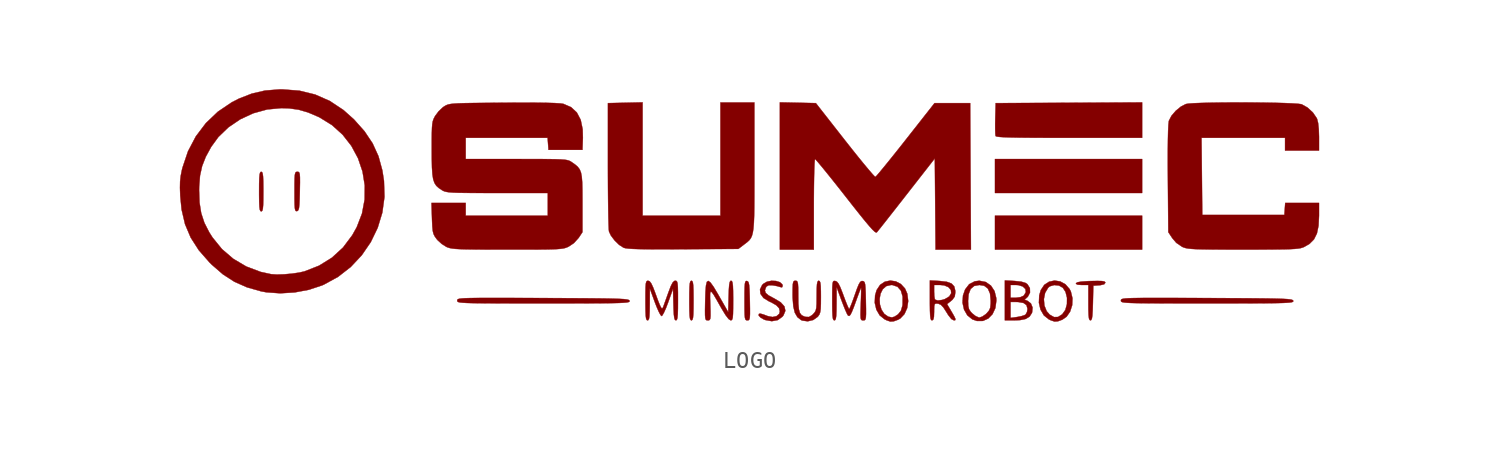
<source format=kicad_sym>
(kicad_symbol_lib
  (version 20220914)
  (generator bitmap2component)
  (symbol "LOGO"
    (pin_names
      (offset 1.016))
    (property "Reference" "#G"
      (at 0 10.626 0)
      (effects (font (size 1.27 1.27)) hide))
    (symbol "LOGO_0_0"
      (polyline (pts (xy 3.089 -5.995) (xy 3.365 -5.798) (xy 3.433 -5.713) (xy 3.546 -5.439) (xy 3.49 -5.178) (xy 3.267 -4.931) (xy 2.874 -4.697) (xy 2.857 -4.689) (xy 2.542 -4.519) (xy 2.369 -4.372) (xy 2.321 -4.224) (xy 2.378 -4.05) (xy 2.424 -3.981) (xy 2.553 -3.91) (xy 2.78 -3.915) (xy 2.806 -3.918) (xy 3.055 -3.963) (xy 3.239 -4.017) (xy 3.344 -4.039) (xy 3.387 -3.949) (xy 3.362 -3.855) (xy 3.219 -3.727) (xy 2.986 -3.655) (xy 2.712 -3.644) (xy 2.444 -3.699) (xy 2.228 -3.825) (xy 2.155 -3.902) (xy 2.028 -4.164) (xy 2.058 -4.428) (xy 2.236 -4.671) (xy 2.556 -4.869) (xy 2.721 -4.944) (xy 3.012 -5.114) (xy 3.17 -5.284) (xy 3.217 -5.476) (xy 3.179 -5.621) (xy 3.019 -5.76) (xy 2.777 -5.812) (xy 2.498 -5.758) (xy 2.224 -5.655) (xy 2.049 -5.608) (xy 1.968 -5.622) (xy 1.947 -5.696) (xy 1.955 -5.727) (xy 2.065 -5.846) (xy 2.265 -5.96) (xy 2.346 -5.991) (xy 2.736 -6.061) (xy 3.089 -5.995)) (stroke (width 0.01) (type default)) (fill (type outline)))
      (polyline (pts (xy 5.216 -5.988) (xy 5.482 -5.798) (xy 5.506 -5.769) (xy 5.582 -5.659) (xy 5.63 -5.524) (xy 5.658 -5.328) (xy 5.67 -5.035) (xy 5.673 -4.61) (xy 5.671 -4.269) (xy 5.661 -3.955) (xy 5.639 -3.763) (xy 5.601 -3.667) (xy 5.546 -3.641) (xy 5.512 -3.648) (xy 5.465 -3.711) (xy 5.437 -3.861) (xy 5.423 -4.127) (xy 5.419 -4.534) (xy 5.418 -4.657) (xy 5.414 -5.02) (xy 5.398 -5.262) (xy 5.362 -5.421) (xy 5.299 -5.535) (xy 5.203 -5.642) (xy 5.143 -5.699) (xy 4.958 -5.81) (xy 4.758 -5.803) (xy 4.673 -5.779) (xy 4.518 -5.702) (xy 4.416 -5.569) (xy 4.355 -5.353) (xy 4.325 -5.024) (xy 4.318 -4.556) (xy 4.318 -4.405) (xy 4.314 -4.051) (xy 4.3 -3.827) (xy 4.272 -3.704) (xy 4.223 -3.652) (xy 4.149 -3.641) (xy 4.146 -3.641) (xy 4.069 -3.653) (xy 4.02 -3.711) (xy 3.993 -3.845) (xy 3.982 -4.087) (xy 3.979 -4.466) (xy 3.982 -4.66) (xy 4.021 -5.175) (xy 4.113 -5.554) (xy 4.266 -5.819) (xy 4.487 -5.992) (xy 4.558 -6.023) (xy 4.885 -6.068) (xy 5.216 -5.988)) (stroke (width 0.01) (type default)) (fill (type outline)))
      (polyline (pts (xy 10.024 -6.07) (xy 10.284 -5.976) (xy 10.423 -5.899) (xy 10.672 -5.636) (xy 10.834 -5.276) (xy 10.896 -4.858) (xy 10.843 -4.422) (xy 10.706 -4.108) (xy 10.46 -3.84) (xy 10.154 -3.679) (xy 9.822 -3.631) (xy 9.497 -3.699) (xy 9.215 -3.887) (xy 9.008 -4.199) (xy 8.914 -4.519) (xy 8.905 -4.731) (xy 9.184 -4.731) (xy 9.24 -4.416) (xy 9.372 -4.149) (xy 9.582 -3.964) (xy 9.87 -3.895) (xy 9.951 -3.898) (xy 10.254 -4) (xy 10.46 -4.233) (xy 10.563 -4.59) (xy 10.56 -5.061) (xy 10.551 -5.131) (xy 10.463 -5.433) (xy 10.291 -5.649) (xy 10.274 -5.662) (xy 10.081 -5.788) (xy 9.922 -5.836) (xy 9.702 -5.79) (xy 9.463 -5.623) (xy 9.296 -5.368) (xy 9.203 -5.059) (xy 9.184 -4.731) (xy 8.905 -4.731) (xy 8.895 -4.959) (xy 8.991 -5.37) (xy 9.19 -5.713) (xy 9.483 -5.948) (xy 9.609 -6.008) (xy 9.827 -6.082) (xy 10.024 -6.07)) (stroke (width 0.01) (type default)) (fill (type outline)))
      (polyline (pts (xy 15.367 -6.045) (xy 15.685 -5.903) (xy 15.94 -5.641) (xy 16.11 -5.275) (xy 16.171 -4.825) (xy 16.165 -4.681) (xy 16.061 -4.261) (xy 15.845 -3.932) (xy 15.536 -3.717) (xy 15.155 -3.641) (xy 14.879 -3.675) (xy 14.545 -3.847) (xy 14.302 -4.162) (xy 14.174 -4.524) (xy 14.153 -4.844) (xy 14.478 -4.844) (xy 14.511 -4.445) (xy 14.631 -4.133) (xy 14.843 -3.953) (xy 15.155 -3.895) (xy 15.44 -3.941) (xy 15.662 -4.109) (xy 15.791 -4.406) (xy 15.833 -4.844) (xy 15.83 -5.025) (xy 15.803 -5.262) (xy 15.728 -5.43) (xy 15.585 -5.595) (xy 15.535 -5.642) (xy 15.329 -5.785) (xy 15.155 -5.842) (xy 15.116 -5.838) (xy 14.926 -5.753) (xy 14.726 -5.595) (xy 14.637 -5.501) (xy 14.535 -5.343) (xy 14.489 -5.145) (xy 14.478 -4.844) (xy 14.153 -4.844) (xy 14.146 -4.957) (xy 14.236 -5.365) (xy 14.434 -5.71) (xy 14.732 -5.951) (xy 15.01 -6.048) (xy 15.367 -6.045)) (stroke (width 0.01) (type default)) (fill (type outline)))
      (polyline (pts (xy 19.851 -6.068) (xy 20.114 -5.972) (xy 20.372 -5.794) (xy 20.584 -5.486) (xy 20.706 -5.104) (xy 20.724 -4.69) (xy 20.627 -4.287) (xy 20.552 -4.139) (xy 20.303 -3.853) (xy 19.992 -3.683) (xy 19.654 -3.631) (xy 19.324 -3.699) (xy 19.037 -3.888) (xy 18.829 -4.199) (xy 18.735 -4.519) (xy 18.726 -4.743) (xy 19.012 -4.743) (xy 19.086 -4.368) (xy 19.271 -4.054) (xy 19.374 -3.973) (xy 19.633 -3.899) (xy 19.916 -3.929) (xy 20.148 -4.062) (xy 20.309 -4.308) (xy 20.398 -4.66) (xy 20.394 -5.039) (xy 20.298 -5.387) (xy 20.112 -5.649) (xy 19.86 -5.809) (xy 19.622 -5.816) (xy 19.36 -5.668) (xy 19.182 -5.467) (xy 19.045 -5.127) (xy 19.012 -4.743) (xy 18.726 -4.743) (xy 18.716 -4.959) (xy 18.812 -5.37) (xy 19.012 -5.713) (xy 19.304 -5.948) (xy 19.441 -6.013) (xy 19.654 -6.082) (xy 19.851 -6.068)) (stroke (width 0.01) (type default)) (fill (type outline)))
      (polyline (pts (xy -2.987 -6.01) (xy -2.942 -5.968) (xy -2.91 -5.853) (xy -2.891 -5.64) (xy -2.881 -5.306) (xy -2.879 -4.826) (xy -2.879 -4.803) (xy -2.88 -4.34) (xy -2.887 -4.019) (xy -2.903 -3.815) (xy -2.932 -3.701) (xy -2.976 -3.651) (xy -3.039 -3.641) (xy -3.099 -3.654) (xy -3.196 -3.748) (xy -3.303 -3.954) (xy -3.435 -4.297) (xy -3.461 -4.369) (xy -3.58 -4.702) (xy -3.682 -4.985) (xy -3.746 -5.165) (xy -3.788 -5.264) (xy -3.834 -5.3) (xy -3.89 -5.246) (xy -3.969 -5.086) (xy -4.082 -4.801) (xy -4.238 -4.373) (xy -4.363 -4.045) (xy -4.476 -3.803) (xy -4.571 -3.677) (xy -4.665 -3.641) (xy -4.668 -3.641) (xy -4.731 -3.653) (xy -4.775 -3.704) (xy -4.803 -3.821) (xy -4.818 -4.03) (xy -4.825 -4.356) (xy -4.826 -4.826) (xy -4.826 -5.014) (xy -4.821 -5.438) (xy -4.809 -5.725) (xy -4.786 -5.9) (xy -4.75 -5.988) (xy -4.699 -6.011) (xy -4.657 -5.999) (xy -4.614 -5.925) (xy -4.587 -5.761) (xy -4.573 -5.481) (xy -4.567 -5.059) (xy -4.562 -4.106) (xy -4.261 -4.932) (xy -4.163 -5.186) (xy -4.035 -5.481) (xy -3.928 -5.683) (xy -3.859 -5.757) (xy -3.815 -5.719) (xy -3.719 -5.551) (xy -3.597 -5.279) (xy -3.467 -4.938) (xy -3.175 -4.119) (xy -3.151 -5.065) (xy -3.144 -5.315) (xy -3.126 -5.658) (xy -3.099 -5.872) (xy -3.059 -5.981) (xy -3.003 -6.011) (xy -2.987 -6.01)) (stroke (width 0.01) (type default)) (fill (type outline)))
      (polyline (pts (xy -2.054 -6.009) (xy -2.009 -5.965) (xy -1.978 -5.849) (xy -1.959 -5.637) (xy -1.95 -5.304) (xy -1.947 -4.826) (xy -1.948 -4.638) (xy -1.952 -4.214) (xy -1.965 -3.927) (xy -1.987 -3.752) (xy -2.023 -3.664) (xy -2.074 -3.641) (xy -2.095 -3.643) (xy -2.14 -3.687) (xy -2.171 -3.803) (xy -2.189 -4.015) (xy -2.199 -4.348) (xy -2.201 -4.826) (xy -2.201 -5.014) (xy -2.196 -5.438) (xy -2.184 -5.725) (xy -2.161 -5.9) (xy -2.126 -5.988) (xy -2.074 -6.011) (xy -2.054 -6.009)) (stroke (width 0.01) (type default)) (fill (type outline)))
      (polyline (pts (xy -1.043 -6.009) (xy -0.982 -5.985) (xy -0.946 -5.909) (xy -0.931 -5.752) (xy -0.932 -5.484) (xy -0.945 -5.077) (xy -0.947 -5.023) (xy -0.958 -4.649) (xy -0.956 -4.406) (xy -0.927 -4.294) (xy -0.86 -4.318) (xy -0.743 -4.48) (xy -0.565 -4.782) (xy -0.314 -5.228) (xy -0.273 -5.299) (xy -0.032 -5.695) (xy 0.151 -5.932) (xy 0.275 -6.011) (xy 0.326 -6.002) (xy 0.369 -5.952) (xy 0.398 -5.835) (xy 0.414 -5.625) (xy 0.421 -5.297) (xy 0.423 -4.826) (xy 0.423 -4.677) (xy 0.419 -4.24) (xy 0.407 -3.942) (xy 0.384 -3.759) (xy 0.349 -3.666) (xy 0.299 -3.641) (xy 0.267 -3.648) (xy 0.22 -3.717) (xy 0.187 -3.878) (xy 0.166 -4.157) (xy 0.151 -4.579) (xy 0.127 -5.518) (xy -0.411 -4.575) (xy -0.505 -4.411) (xy -0.748 -4.005) (xy -0.93 -3.751) (xy -1.061 -3.65) (xy -1.149 -3.707) (xy -1.203 -3.923) (xy -1.234 -4.303) (xy -1.251 -4.848) (xy -1.254 -4.997) (xy -1.261 -5.417) (xy -1.259 -5.701) (xy -1.245 -5.876) (xy -1.215 -5.969) (xy -1.166 -6.005) (xy -1.094 -6.011) (xy -1.043 -6.009)) (stroke (width 0.01) (type default)) (fill (type outline)))
      (polyline (pts (xy 1.286 -6.011) (xy 1.35 -6) (xy 1.393 -5.95) (xy 1.419 -5.836) (xy 1.429 -5.633) (xy 1.429 -5.312) (xy 1.421 -4.848) (xy 1.413 -4.538) (xy 1.4 -4.161) (xy 1.381 -3.911) (xy 1.351 -3.761) (xy 1.309 -3.685) (xy 1.249 -3.657) (xy 1.194 -3.657) (xy 1.152 -3.701) (xy 1.125 -3.814) (xy 1.109 -4.021) (xy 1.102 -4.348) (xy 1.101 -4.82) (xy 1.101 -4.934) (xy 1.103 -5.371) (xy 1.11 -5.671) (xy 1.127 -5.859) (xy 1.157 -5.961) (xy 1.205 -6.003) (xy 1.272 -6.011) (xy 1.286 -6.011)) (stroke (width 0.01) (type default)) (fill (type outline)))
      (polyline (pts (xy 8.229 -6.011) (xy 8.294 -5.999) (xy 8.337 -5.949) (xy 8.362 -5.835) (xy 8.373 -5.631) (xy 8.372 -5.311) (xy 8.363 -4.847) (xy 8.363 -4.826) (xy 8.352 -4.367) (xy 8.338 -4.05) (xy 8.317 -3.847) (xy 8.285 -3.732) (xy 8.236 -3.678) (xy 8.167 -3.658) (xy 8.101 -3.661) (xy 8.023 -3.716) (xy 7.94 -3.854) (xy 7.838 -4.101) (xy 7.702 -4.484) (xy 7.604 -4.76) (xy 7.492 -5.057) (xy 7.407 -5.259) (xy 7.363 -5.334) (xy 7.334 -5.293) (xy 7.256 -5.123) (xy 7.146 -4.85) (xy 7.018 -4.508) (xy 6.965 -4.364) (xy 6.831 -4.025) (xy 6.725 -3.812) (xy 6.631 -3.698) (xy 6.535 -3.656) (xy 6.502 -3.652) (xy 6.438 -3.656) (xy 6.396 -3.703) (xy 6.37 -3.817) (xy 6.356 -4.025) (xy 6.351 -4.351) (xy 6.35 -4.82) (xy 6.35 -5.016) (xy 6.355 -5.439) (xy 6.367 -5.726) (xy 6.39 -5.901) (xy 6.426 -5.988) (xy 6.477 -6.011) (xy 6.524 -5.994) (xy 6.564 -5.912) (xy 6.59 -5.74) (xy 6.603 -5.45) (xy 6.608 -5.016) (xy 6.613 -4.022) (xy 6.908 -4.825) (xy 6.995 -5.054) (xy 7.121 -5.369) (xy 7.225 -5.602) (xy 7.288 -5.714) (xy 7.312 -5.734) (xy 7.372 -5.746) (xy 7.438 -5.68) (xy 7.522 -5.516) (xy 7.636 -5.232) (xy 7.791 -4.808) (xy 7.857 -4.625) (xy 7.964 -4.337) (xy 8.042 -4.138) (xy 8.077 -4.064) (xy 8.082 -4.134) (xy 8.08 -4.342) (xy 8.072 -4.654) (xy 8.059 -5.038) (xy 8.047 -5.363) (xy 8.041 -5.673) (xy 8.049 -5.864) (xy 8.076 -5.965) (xy 8.127 -6.005) (xy 8.204 -6.011) (xy 8.229 -6.011)) (stroke (width 0.01) (type default)) (fill (type outline)))
      (polyline (pts (xy 13.637 -6.011) (xy 13.713 -5.996) (xy 13.722 -5.93) (xy 13.656 -5.783) (xy 13.508 -5.524) (xy 13.22 -5.038) (xy 13.468 -4.841) (xy 13.542 -4.778) (xy 13.68 -4.586) (xy 13.716 -4.325) (xy 13.713 -4.242) (xy 13.651 -3.983) (xy 13.489 -3.809) (xy 13.205 -3.705) (xy 12.778 -3.655) (xy 12.192 -3.622) (xy 12.192 -3.895) (xy 12.446 -3.895) (xy 12.821 -3.895) (xy 13.047 -3.917) (xy 13.305 -4.025) (xy 13.449 -4.193) (xy 13.469 -4.388) (xy 13.354 -4.58) (xy 13.095 -4.736) (xy 12.924 -4.79) (xy 12.664 -4.823) (xy 12.502 -4.77) (xy 12.484 -4.729) (xy 12.457 -4.555) (xy 12.446 -4.304) (xy 12.446 -3.895) (xy 12.192 -3.895) (xy 12.192 -4.816) (xy 12.192 -5.017) (xy 12.197 -5.44) (xy 12.21 -5.726) (xy 12.232 -5.901) (xy 12.268 -5.988) (xy 12.319 -6.011) (xy 12.336 -6.01) (xy 12.402 -5.955) (xy 12.436 -5.795) (xy 12.446 -5.498) (xy 12.446 -5.423) (xy 12.452 -5.172) (xy 12.48 -5.045) (xy 12.548 -5.004) (xy 12.674 -5.011) (xy 12.699 -5.014) (xy 12.851 -5.08) (xy 13.003 -5.239) (xy 13.186 -5.524) (xy 13.289 -5.691) (xy 13.48 -5.932) (xy 13.633 -6.011) (xy 13.637 -6.011)) (stroke (width 0.01) (type default)) (fill (type outline)))
      (polyline (pts (xy 17.59 -5.996) (xy 17.928 -5.926) (xy 18.154 -5.789) (xy 18.294 -5.573) (xy 18.309 -5.535) (xy 18.337 -5.248) (xy 18.238 -4.999) (xy 18.03 -4.841) (xy 17.855 -4.776) (xy 18.029 -4.619) (xy 18.057 -4.591) (xy 18.184 -4.349) (xy 18.174 -4.08) (xy 18.028 -3.847) (xy 17.909 -3.769) (xy 17.654 -3.695) (xy 17.266 -3.655) (xy 16.679 -3.622) (xy 16.679 -4.657) (xy 17.018 -4.657) (xy 17.018 -4.276) (xy 17.018 -3.895) (xy 17.351 -3.895) (xy 17.48 -3.902) (xy 17.747 -3.983) (xy 17.906 -4.132) (xy 17.936 -4.321) (xy 17.816 -4.524) (xy 17.803 -4.536) (xy 17.613 -4.622) (xy 17.351 -4.657) (xy 17.018 -4.657) (xy 16.679 -4.657) (xy 16.679 -4.816) (xy 16.679 -5.865) (xy 17.018 -5.865) (xy 17.018 -5.388) (xy 17.018 -4.911) (xy 17.362 -4.911) (xy 17.473 -4.913) (xy 17.793 -4.969) (xy 17.976 -5.104) (xy 18.034 -5.327) (xy 18.004 -5.512) (xy 17.92 -5.662) (xy 17.872 -5.691) (xy 17.673 -5.759) (xy 17.412 -5.811) (xy 17.018 -5.865) (xy 16.679 -5.865) (xy 16.679 -6.011) (xy 17.226 -6.011) (xy 17.59 -5.996)) (stroke (width 0.01) (type default)) (fill (type outline)))
      (polyline (pts (xy 21.844 -5.993) (xy 21.886 -5.905) (xy 21.914 -5.723) (xy 21.933 -5.421) (xy 21.947 -4.974) (xy 21.971 -3.937) (xy 22.331 -3.911) (xy 22.406 -3.904) (xy 22.622 -3.853) (xy 22.691 -3.76) (xy 22.685 -3.729) (xy 22.627 -3.683) (xy 22.484 -3.659) (xy 22.227 -3.652) (xy 21.83 -3.659) (xy 21.645 -3.665) (xy 21.257 -3.692) (xy 21.024 -3.732) (xy 20.934 -3.789) (xy 20.934 -3.826) (xy 21.035 -3.878) (xy 21.287 -3.895) (xy 21.675 -3.895) (xy 21.675 -4.953) (xy 21.677 -5.383) (xy 21.688 -5.696) (xy 21.71 -5.888) (xy 21.746 -5.985) (xy 21.799 -6.011) (xy 21.844 -5.993)) (stroke (width 0.01) (type default)) (fill (type outline)))
      (polyline (pts (xy -10.1 -4.995) (xy -9.154 -4.995) (xy -8.355 -4.993) (xy -7.692 -4.99) (xy -7.152 -4.986) (xy -6.723 -4.979) (xy -6.391 -4.97) (xy -6.146 -4.958) (xy -5.974 -4.944) (xy -5.863 -4.926) (xy -5.801 -4.904) (xy -5.775 -4.878) (xy -5.774 -4.847) (xy -5.78 -4.828) (xy -5.807 -4.8) (xy -5.866 -4.776) (xy -5.969 -4.756) (xy -6.129 -4.739) (xy -6.357 -4.726) (xy -6.667 -4.715) (xy -7.072 -4.705) (xy -7.583 -4.698) (xy -8.213 -4.692) (xy -8.975 -4.687) (xy -9.881 -4.682) (xy -10.944 -4.677) (xy -11.373 -4.675) (xy -12.372 -4.671) (xy -13.218 -4.669) (xy -13.925 -4.668) (xy -14.505 -4.668) (xy -14.971 -4.672) (xy -15.335 -4.678) (xy -15.61 -4.686) (xy -15.807 -4.699) (xy -15.941 -4.715) (xy -16.024 -4.736) (xy -16.067 -4.761) (xy -16.084 -4.79) (xy -16.087 -4.825) (xy -16.086 -4.84) (xy -16.079 -4.873) (xy -16.053 -4.901) (xy -15.995 -4.924) (xy -15.892 -4.943) (xy -15.733 -4.958) (xy -15.505 -4.971) (xy -15.195 -4.98) (xy -14.79 -4.986) (xy -14.279 -4.99) (xy -13.648 -4.993) (xy -12.886 -4.995) (xy -11.979 -4.995) (xy -10.916 -4.995) (xy -10.1 -4.995)) (stroke (width 0.01) (type default)) (fill (type outline)))
      (polyline (pts (xy 29.608 -4.995) (xy 30.555 -4.995) (xy 31.353 -4.993) (xy 32.016 -4.99) (xy 32.556 -4.986) (xy 32.986 -4.979) (xy 33.318 -4.97) (xy 33.563 -4.958) (xy 33.735 -4.944) (xy 33.846 -4.926) (xy 33.908 -4.904) (xy 33.934 -4.878) (xy 33.935 -4.847) (xy 33.929 -4.828) (xy 33.901 -4.8) (xy 33.842 -4.776) (xy 33.739 -4.756) (xy 33.58 -4.739) (xy 33.352 -4.726) (xy 33.041 -4.715) (xy 32.637 -4.705) (xy 32.126 -4.698) (xy 31.496 -4.692) (xy 30.734 -4.687) (xy 29.827 -4.682) (xy 28.764 -4.677) (xy 28.335 -4.675) (xy 27.337 -4.671) (xy 26.491 -4.669) (xy 25.784 -4.668) (xy 25.204 -4.668) (xy 24.738 -4.672) (xy 24.374 -4.678) (xy 24.099 -4.686) (xy 23.901 -4.699) (xy 23.767 -4.715) (xy 23.685 -4.736) (xy 23.642 -4.761) (xy 23.625 -4.79) (xy 23.622 -4.825) (xy 23.622 -4.84) (xy 23.629 -4.873) (xy 23.656 -4.901) (xy 23.714 -4.924) (xy 23.816 -4.943) (xy 23.975 -4.958) (xy 24.204 -4.971) (xy 24.514 -4.98) (xy 24.919 -4.986) (xy 25.43 -4.99) (xy 26.06 -4.993) (xy 26.823 -4.995) (xy 27.729 -4.995) (xy 28.793 -4.995) (xy 29.608 -4.995)) (stroke (width 0.01) (type default)) (fill (type outline)))
      (polyline (pts (xy -25.81 -4.339) (xy -24.959 -4.18) (xy -24.177 -3.921) (xy -24.069 -3.874) (xy -23.215 -3.407) (xy -22.455 -2.815) (xy -21.799 -2.116) (xy -21.259 -1.33) (xy -20.845 -0.473) (xy -20.568 0.435) (xy -20.439 1.377) (xy -20.469 2.335) (xy -20.566 2.96) (xy -20.798 3.808) (xy -21.148 4.577) (xy -21.632 5.301) (xy -22.267 6.014) (xy -22.892 6.571) (xy -23.71 7.114) (xy -24.587 7.5) (xy -25.529 7.73) (xy -26.543 7.808) (xy -26.738 7.806) (xy -27.589 7.737) (xy -28.373 7.556) (xy -29.152 7.252) (xy -29.575 7.035) (xy -30.405 6.474) (xy -31.124 5.79) (xy -31.724 4.997) (xy -32.193 4.106) (xy -32.523 3.127) (xy -32.562 2.971) (xy -32.63 2.628) (xy -32.666 2.3) (xy -32.674 1.924) (xy -32.669 1.778) (xy -31.531 1.778) (xy -31.527 1.999) (xy -31.475 2.65) (xy -31.349 3.22) (xy -31.133 3.772) (xy -30.808 4.368) (xy -30.379 4.957) (xy -29.774 5.539) (xy -29.068 6.018) (xy -28.287 6.379) (xy -27.459 6.607) (xy -26.611 6.687) (xy -26.15 6.673) (xy -25.575 6.593) (xy -25.011 6.429) (xy -24.393 6.165) (xy -24.32 6.129) (xy -23.577 5.67) (xy -22.942 5.096) (xy -22.421 4.429) (xy -22.022 3.688) (xy -21.752 2.892) (xy -21.618 2.063) (xy -21.626 1.218) (xy -21.783 0.38) (xy -22.097 -0.434) (xy -22.365 -0.915) (xy -22.919 -1.653) (xy -23.583 -2.261) (xy -24.351 -2.738) (xy -25.222 -3.08) (xy -25.538 -3.152) (xy -25.979 -3.216) (xy -26.449 -3.257) (xy -26.885 -3.27) (xy -27.22 -3.248) (xy -27.848 -3.112) (xy -28.702 -2.791) (xy -29.48 -2.332) (xy -30.162 -1.748) (xy -30.727 -1.053) (xy -30.921 -0.748) (xy -31.214 -0.176) (xy -31.404 0.402) (xy -31.505 1.036) (xy -31.531 1.778) (xy -32.669 1.778) (xy -32.658 1.442) (xy -32.578 0.622) (xy -32.371 -0.259) (xy -32.031 -1.062) (xy -31.547 -1.816) (xy -30.905 -2.549) (xy -30.769 -2.683) (xy -30.099 -3.263) (xy -29.412 -3.705) (xy -28.664 -4.035) (xy -27.813 -4.276) (xy -27.494 -4.334) (xy -26.673 -4.392) (xy -25.81 -4.339)) (stroke (width 0.01) (type default)) (fill (type outline)))
      (polyline (pts (xy -11.942 -1.776) (xy -11.318 -1.774) (xy -10.82 -1.77) (xy -10.432 -1.762) (xy -10.136 -1.75) (xy -9.914 -1.733) (xy -9.748 -1.71) (xy -9.623 -1.681) (xy -9.519 -1.644) (xy -9.419 -1.598) (xy -9.105 -1.389) (xy -8.821 -1.075) (xy -8.594 -0.732) (xy -8.594 1.024) (xy -8.594 1.181) (xy -8.597 1.779) (xy -8.608 2.238) (xy -8.635 2.582) (xy -8.684 2.837) (xy -8.762 3.026) (xy -8.874 3.175) (xy -9.027 3.308) (xy -9.228 3.45) (xy -9.25 3.465) (xy -9.326 3.512) (xy -9.411 3.55) (xy -9.522 3.58) (xy -9.678 3.602) (xy -9.896 3.618) (xy -10.194 3.629) (xy -10.589 3.636) (xy -11.101 3.639) (xy -11.746 3.64) (xy -12.543 3.641) (xy -15.579 3.641) (xy -15.579 4.276) (xy -15.579 4.911) (xy -13.128 4.911) (xy -10.678 4.911) (xy -10.652 4.551) (xy -10.626 4.191) (xy -9.61 4.191) (xy -8.594 4.191) (xy -8.569 4.91) (xy -8.582 5.422) (xy -8.699 5.985) (xy -8.93 6.425) (xy -9.275 6.744) (xy -9.737 6.943) (xy -9.912 6.968) (xy -10.264 6.99) (xy -10.781 7.005) (xy -11.464 7.013) (xy -12.309 7.015) (xy -13.316 7.01) (xy -13.883 7.005) (xy -14.605 6.999) (xy -15.187 6.992) (xy -15.645 6.984) (xy -15.998 6.973) (xy -16.263 6.958) (xy -16.457 6.938) (xy -16.597 6.912) (xy -16.701 6.879) (xy -16.787 6.838) (xy -16.871 6.787) (xy -16.952 6.73) (xy -17.199 6.496) (xy -17.4 6.229) (xy -17.439 6.161) (xy -17.501 6.038) (xy -17.546 5.907) (xy -17.577 5.74) (xy -17.596 5.511) (xy -17.606 5.193) (xy -17.61 4.76) (xy -17.61 4.184) (xy -17.608 3.671) (xy -17.598 3.14) (xy -17.571 2.735) (xy -17.524 2.433) (xy -17.448 2.211) (xy -17.34 2.043) (xy -17.192 1.907) (xy -16.998 1.778) (xy -16.935 1.742) (xy -16.847 1.704) (xy -16.732 1.675) (xy -16.574 1.652) (xy -16.353 1.635) (xy -16.053 1.623) (xy -15.655 1.616) (xy -15.141 1.611) (xy -14.494 1.609) (xy -13.695 1.609) (xy -10.668 1.609) (xy -10.668 0.931) (xy -10.668 0.254) (xy -13.123 0.254) (xy -15.579 0.254) (xy -15.579 0.635) (xy -15.579 1.016) (xy -16.602 1.016) (xy -17.626 1.016) (xy -17.597 0.099) (xy -17.593 -0.022) (xy -17.576 -0.397) (xy -17.55 -0.655) (xy -17.506 -0.837) (xy -17.433 -0.984) (xy -17.324 -1.138) (xy -17.267 -1.207) (xy -17.008 -1.443) (xy -16.732 -1.616) (xy -16.646 -1.651) (xy -16.534 -1.685) (xy -16.392 -1.712) (xy -16.202 -1.734) (xy -15.947 -1.749) (xy -15.609 -1.761) (xy -15.172 -1.768) (xy -14.617 -1.773) (xy -13.928 -1.775) (xy -13.087 -1.776) (xy -12.711 -1.776) (xy -11.942 -1.776)) (stroke (width 0.01) (type default)) (fill (type outline)))
      (polyline (pts (xy -3.459 -1.759) (xy -2.576 -1.755) (xy 0.733 -1.736) (xy 1.051 -1.493) (xy 1.158 -1.413) (xy 1.286 -1.312) (xy 1.392 -1.213) (xy 1.478 -1.098) (xy 1.546 -0.953) (xy 1.598 -0.762) (xy 1.636 -0.51) (xy 1.662 -0.181) (xy 1.679 0.24) (xy 1.688 0.768) (xy 1.692 1.42) (xy 1.693 2.21) (xy 1.693 3.154) (xy 1.693 7.027) (xy 0.677 7.027) (xy -0.339 7.027) (xy -0.339 3.641) (xy -0.339 0.254) (xy -2.667 0.254) (xy -4.995 0.254) (xy -4.995 3.643) (xy -4.995 7.032) (xy -6.032 7.009) (xy -7.07 6.985) (xy -7.07 3.26) (xy -7.069 2.741) (xy -7.066 1.983) (xy -7.06 1.283) (xy -7.052 0.659) (xy -7.043 0.131) (xy -7.031 -0.283) (xy -7.019 -0.566) (xy -7.005 -0.697) (xy -6.892 -0.936) (xy -6.672 -1.228) (xy -6.404 -1.49) (xy -6.14 -1.661) (xy -6.133 -1.665) (xy -6.024 -1.694) (xy -5.849 -1.717) (xy -5.593 -1.735) (xy -5.24 -1.748) (xy -4.777 -1.756) (xy -4.188 -1.759) (xy -3.459 -1.759)) (stroke (width 0.01) (type default)) (fill (type outline)))
      (polyline (pts (xy 5.249 0.931) (xy 5.25 1.314) (xy 5.255 1.942) (xy 5.263 2.5) (xy 5.274 2.969) (xy 5.288 3.329) (xy 5.304 3.559) (xy 5.321 3.641) (xy 5.362 3.605) (xy 5.497 3.452) (xy 5.715 3.192) (xy 6.002 2.84) (xy 6.346 2.413) (xy 6.734 1.924) (xy 7.154 1.391) (xy 7.592 0.832) (xy 8 0.318) (xy 8.324 -0.082) (xy 8.574 -0.378) (xy 8.758 -0.582) (xy 8.887 -0.704) (xy 8.97 -0.755) (xy 9.017 -0.747) (xy 9.047 -0.71) (xy 9.176 -0.55) (xy 9.388 -0.283) (xy 9.67 0.075) (xy 10.009 0.506) (xy 10.391 0.994) (xy 10.804 1.522) (xy 12.488 3.678) (xy 12.511 0.95) (xy 12.533 -1.778) (xy 13.591 -1.778) (xy 14.649 -1.778) (xy 14.627 2.603) (xy 14.605 6.985) (xy 13.538 6.985) (xy 12.471 6.985) (xy 10.744 4.789) (xy 10.468 4.439) (xy 10.07 3.939) (xy 9.712 3.493) (xy 9.406 3.118) (xy 9.165 2.828) (xy 9.003 2.64) (xy 8.932 2.571) (xy 8.893 2.598) (xy 8.758 2.741) (xy 8.542 2.992) (xy 8.255 3.335) (xy 7.913 3.755) (xy 7.527 4.237) (xy 7.109 4.766) (xy 5.371 6.985) (xy 4.294 7.009) (xy 3.217 7.032) (xy 3.217 2.627) (xy 3.217 -1.778) (xy 4.233 -1.778) (xy 5.249 -1.778) (xy 5.249 0.931)) (stroke (width 0.01) (type default)) (fill (type outline)))
      (polyline (pts (xy 24.892 -0.762) (xy 24.892 0.254) (xy 20.489 0.254) (xy 16.087 0.254) (xy 16.087 -0.762) (xy 16.087 -1.778) (xy 20.489 -1.778) (xy 24.892 -1.778) (xy 24.892 -0.762)) (stroke (width 0.01) (type default)) (fill (type outline)))
      (polyline (pts (xy 31.645 -1.774) (xy 32.362 -1.772) (xy 32.942 -1.768) (xy 33.401 -1.762) (xy 33.756 -1.751) (xy 34.025 -1.736) (xy 34.225 -1.716) (xy 34.374 -1.691) (xy 34.489 -1.658) (xy 34.586 -1.619) (xy 34.907 -1.433) (xy 35.173 -1.166) (xy 35.349 -0.812) (xy 35.446 -0.348) (xy 35.475 0.251) (xy 35.475 1.016) (xy 34.464 1.016) (xy 33.453 1.016) (xy 33.427 0.656) (xy 33.401 0.296) (xy 30.946 0.296) (xy 28.49 0.296) (xy 28.468 2.603) (xy 28.445 4.911) (xy 30.944 4.911) (xy 33.443 4.911) (xy 33.443 4.53) (xy 33.443 4.149) (xy 34.459 4.149) (xy 35.475 4.149) (xy 35.475 4.956) (xy 35.475 4.979) (xy 35.46 5.43) (xy 35.42 5.797) (xy 35.36 6.038) (xy 35.339 6.086) (xy 35.109 6.423) (xy 34.787 6.72) (xy 34.438 6.915) (xy 34.408 6.923) (xy 34.203 6.949) (xy 33.858 6.971) (xy 33.399 6.99) (xy 32.848 7.005) (xy 32.23 7.016) (xy 31.567 7.023) (xy 30.883 7.026) (xy 30.203 7.025) (xy 29.549 7.02) (xy 28.946 7.011) (xy 28.416 6.997) (xy 27.985 6.98) (xy 27.674 6.958) (xy 27.508 6.931) (xy 27.215 6.781) (xy 26.903 6.526) (xy 26.645 6.224) (xy 26.493 5.928) (xy 26.488 5.904) (xy 26.465 5.694) (xy 26.447 5.326) (xy 26.435 4.808) (xy 26.428 4.15) (xy 26.427 3.361) (xy 26.432 2.449) (xy 26.458 -0.732) (xy 26.697 -1.093) (xy 26.934 -1.371) (xy 27.289 -1.613) (xy 27.385 -1.653) (xy 27.498 -1.687) (xy 27.64 -1.713) (xy 27.831 -1.734) (xy 28.086 -1.75) (xy 28.424 -1.76) (xy 28.861 -1.768) (xy 29.416 -1.772) (xy 30.105 -1.774) (xy 30.946 -1.774) (xy 31.645 -1.774)) (stroke (width 0.01) (type default)) (fill (type outline)))
      (polyline (pts (xy 24.892 2.625) (xy 24.892 3.641) (xy 20.489 3.641) (xy 16.087 3.641) (xy 16.087 2.625) (xy 16.087 1.609) (xy 20.489 1.609) (xy 24.892 1.609) (xy 24.892 2.625)) (stroke (width 0.01) (type default)) (fill (type outline)))
      (polyline (pts (xy 24.892 5.97) (xy 24.892 7.029) (xy 20.511 7.007) (xy 16.129 6.985) (xy 16.105 6.059) (xy 16.099 5.749) (xy 16.1 5.404) (xy 16.108 5.148) (xy 16.123 5.022) (xy 16.146 5.002) (xy 16.231 4.98) (xy 16.387 4.961) (xy 16.629 4.946) (xy 16.966 4.934) (xy 17.413 4.925) (xy 17.98 4.918) (xy 18.681 4.914) (xy 19.526 4.911) (xy 20.529 4.911) (xy 24.892 4.911) (xy 24.892 5.97)) (stroke (width 0.01) (type default)) (fill (type outline)))
      (polyline (pts (xy -27.793 0.511) (xy -27.747 0.554) (xy -27.717 0.67) (xy -27.698 0.882) (xy -27.689 1.215) (xy -27.686 1.693) (xy -27.686 1.881) (xy -27.691 2.305) (xy -27.703 2.592) (xy -27.726 2.768) (xy -27.762 2.855) (xy -27.813 2.879) (xy -27.833 2.876) (xy -27.878 2.833) (xy -27.909 2.717) (xy -27.928 2.504) (xy -27.938 2.171) (xy -27.94 1.693) (xy -27.94 1.506) (xy -27.935 1.082) (xy -27.923 0.794) (xy -27.9 0.619) (xy -27.864 0.532) (xy -27.813 0.508) (xy -27.793 0.511)) (stroke (width 0.01) (type default)) (fill (type outline)))
      (polyline (pts (xy -25.636 0.538) (xy -25.587 0.593) (xy -25.553 0.712) (xy -25.53 0.921) (xy -25.515 1.247) (xy -25.503 1.716) (xy -25.502 1.809) (xy -25.494 2.246) (xy -25.496 2.544) (xy -25.509 2.73) (xy -25.537 2.83) (xy -25.583 2.871) (xy -25.652 2.879) (xy -25.668 2.878) (xy -25.731 2.865) (xy -25.774 2.812) (xy -25.801 2.694) (xy -25.816 2.484) (xy -25.822 2.158) (xy -25.823 1.687) (xy -25.822 1.248) (xy -25.816 0.91) (xy -25.801 0.694) (xy -25.775 0.574) (xy -25.734 0.526) (xy -25.675 0.524) (xy -25.636 0.538)) (stroke (width 0.01) (type default)) (fill (type outline))))))
</source>
